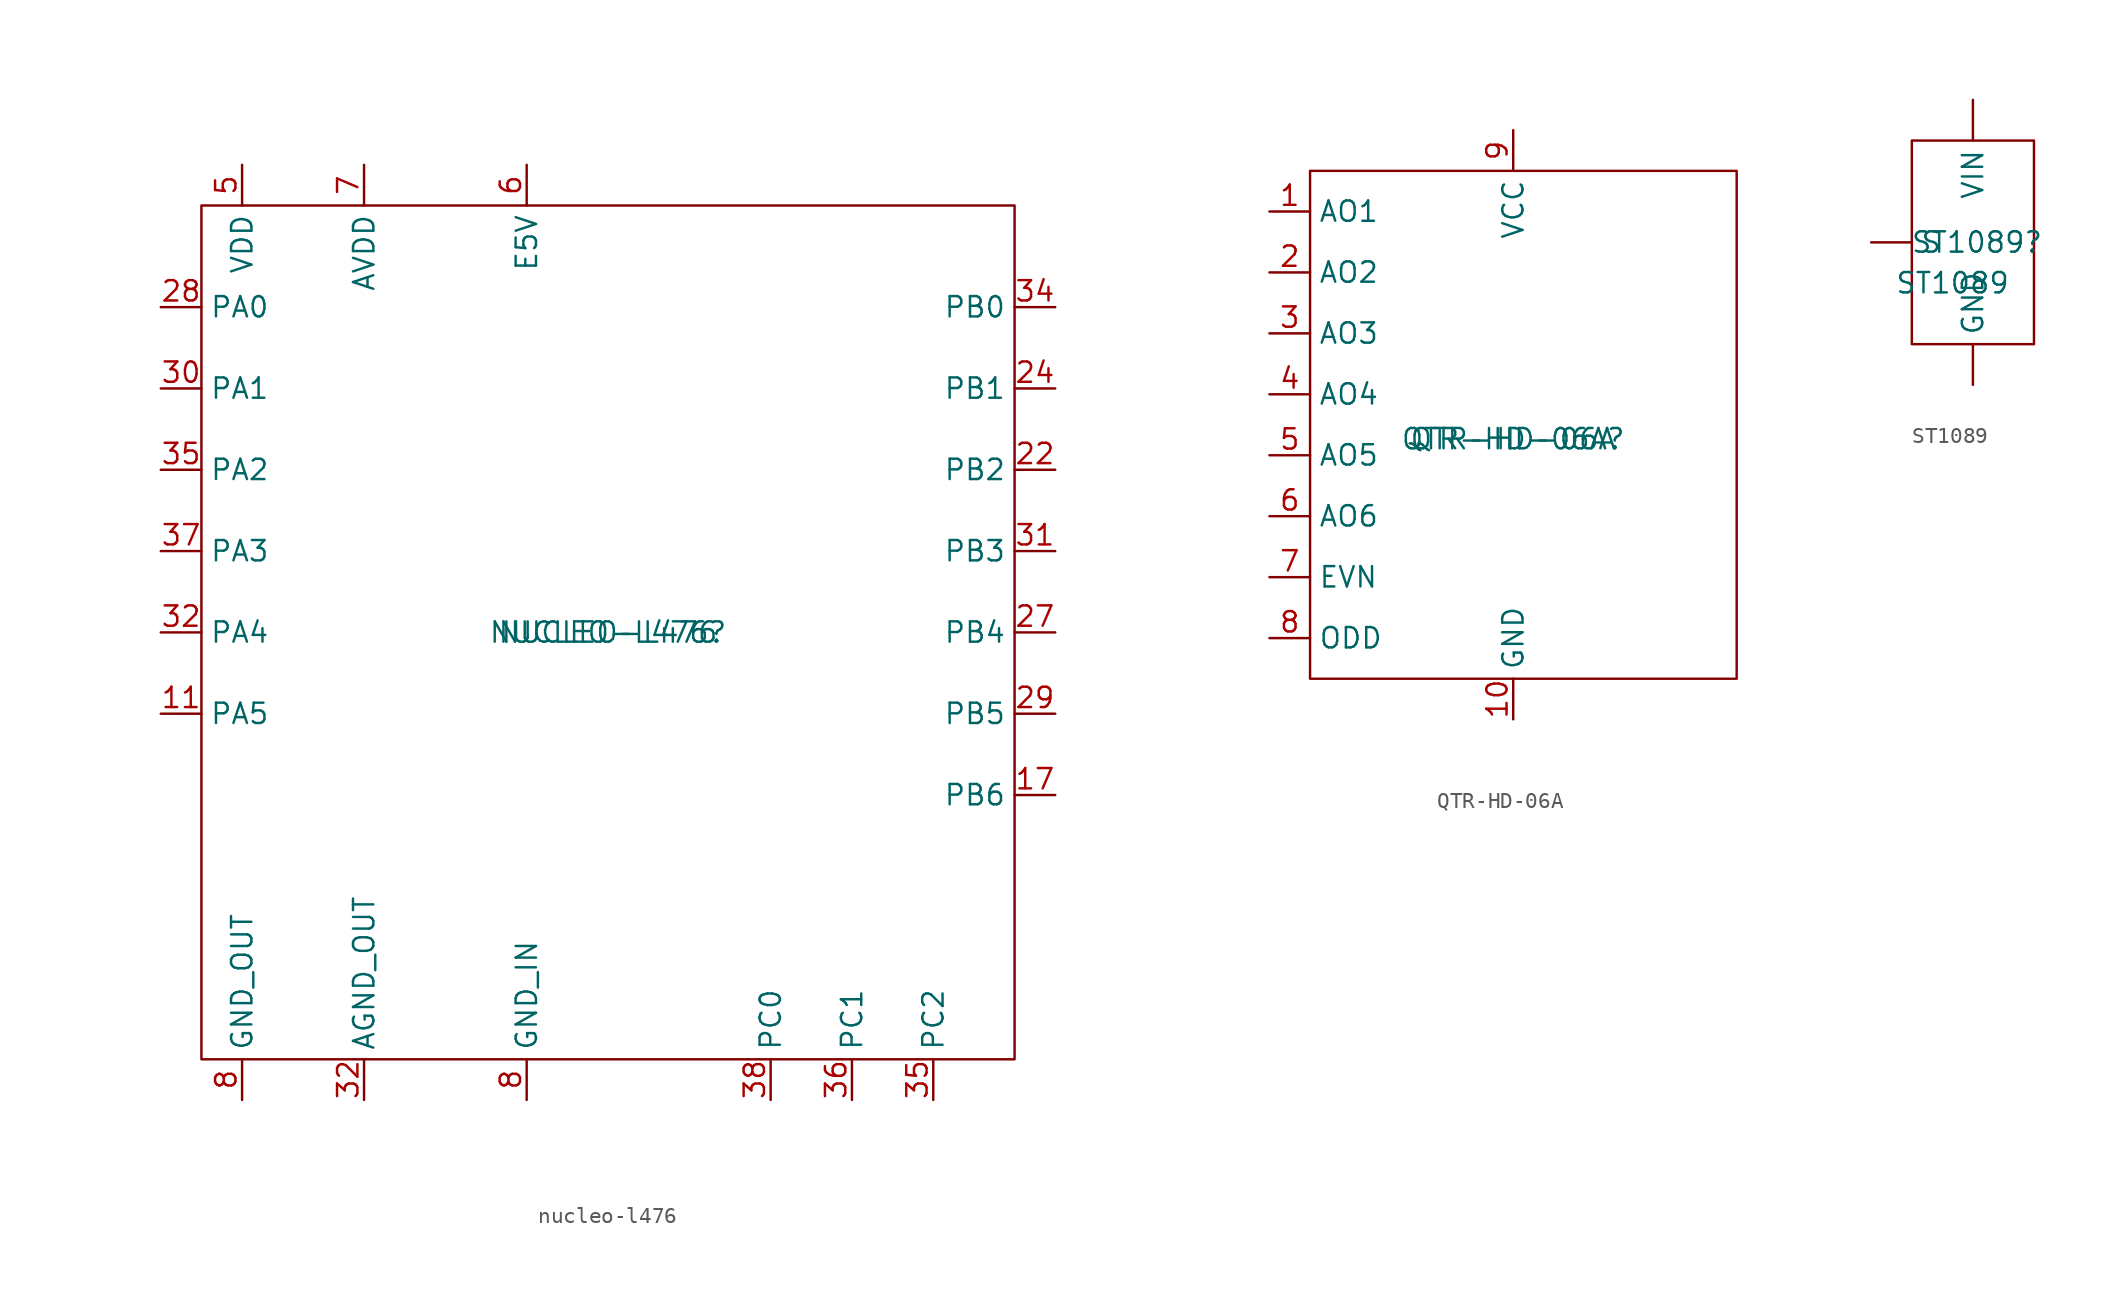
<source format=kicad_sym>
(kicad_symbol_lib
  (version 20231120)
  (generator "kicad_symbol_editor")
  (generator_version "8.0")
  (symbol "nucleo-l476"
    (property "Reference" "NUCLEO-L476"
      (at 0 0 0)
      (effects (font (size 1.27 1.27))))
    (property "Value" "NUCLEO-L476"
      (at 0 0 0)
      (effects (font (size 1.27 1.27))))
    (symbol "nucleo-l476_0_1"
      (rectangle (start -25.4 26.67) (end 25.4 -26.67) (stroke (width 0) (type default)) (fill (type none))))
    (symbol "nucleo-l476_1_1"
      (pin bidirectional line (at -27.94 -5.08 0) (length 2.54) (name "PA5" (effects (font (size 1.27 1.27)))) (number "11" (effects (font (size 1.27 1.27)))))
      (pin bidirectional line (at 27.94 -10.16 180) (length 2.54) (name "PB6" (effects (font (size 1.27 1.27)))) (number "17" (effects (font (size 1.27 1.27)))))
      (pin bidirectional line (at 27.94 10.16 180) (length 2.54) (name "PB2" (effects (font (size 1.27 1.27)))) (number "22" (effects (font (size 1.27 1.27)))))
      (pin bidirectional line (at 27.94 15.24 180) (length 2.54) (name "PB1" (effects (font (size 1.27 1.27)))) (number "24" (effects (font (size 1.27 1.27)))))
      (pin bidirectional line (at 27.94 0 180) (length 2.54) (name "PB4" (effects (font (size 1.27 1.27)))) (number "27" (effects (font (size 1.27 1.27)))))
      (pin bidirectional line (at -27.94 20.32 0) (length 2.54) (name "PA0" (effects (font (size 1.27 1.27)))) (number "28" (effects (font (size 1.27 1.27)))))
      (pin bidirectional line (at 27.94 -5.08 180) (length 2.54) (name "PB5" (effects (font (size 1.27 1.27)))) (number "29" (effects (font (size 1.27 1.27)))))
      (pin bidirectional line (at -27.94 15.24 0) (length 2.54) (name "PA1" (effects (font (size 1.27 1.27)))) (number "30" (effects (font (size 1.27 1.27)))))
      (pin bidirectional line (at 27.94 5.08 180) (length 2.54) (name "PB3" (effects (font (size 1.27 1.27)))) (number "31" (effects (font (size 1.27 1.27)))))
      (pin power_out line (at -15.24 -29.21 90) (length 2.54) (name "AGND_OUT" (effects (font (size 1.27 1.27)))) (number "32" (effects (font (size 1.27 1.27)))))
      (pin bidirectional line (at -27.94 0 0) (length 2.54) (name "PA4" (effects (font (size 1.27 1.27)))) (number "32" (effects (font (size 1.27 1.27)))))
      (pin bidirectional line (at 27.94 20.32 180) (length 2.54) (name "PB0" (effects (font (size 1.27 1.27)))) (number "34" (effects (font (size 1.27 1.27)))))
      (pin bidirectional line (at -27.94 10.16 0) (length 2.54) (name "PA2" (effects (font (size 1.27 1.27)))) (number "35" (effects (font (size 1.27 1.27)))))
      (pin bidirectional line (at 20.32 -29.21 90) (length 2.54) (name "PC2" (effects (font (size 1.27 1.27)))) (number "35" (effects (font (size 1.27 1.27)))))
      (pin bidirectional line (at 15.24 -29.21 90) (length 2.54) (name "PC1" (effects (font (size 1.27 1.27)))) (number "36" (effects (font (size 1.27 1.27)))))
      (pin bidirectional line (at -27.94 5.08 0) (length 2.54) (name "PA3" (effects (font (size 1.27 1.27)))) (number "37" (effects (font (size 1.27 1.27)))))
      (pin bidirectional line (at 10.16 -29.21 90) (length 2.54) (name "PC0" (effects (font (size 1.27 1.27)))) (number "38" (effects (font (size 1.27 1.27)))))
      (pin power_out line (at -22.86 29.21 270) (length 2.54) (name "VDD" (effects (font (size 1.27 1.27)))) (number "5" (effects (font (size 1.27 1.27)))))
      (pin power_in line (at -5.08 29.21 270) (length 2.54) (name "E5V" (effects (font (size 1.27 1.27)))) (number "6" (effects (font (size 1.27 1.27)))))
      (pin power_out line (at -15.24 29.21 270) (length 2.54) (name "AVDD" (effects (font (size 1.27 1.27)))) (number "7" (effects (font (size 1.27 1.27)))))
      (pin power_in line (at -5.08 -29.21 90) (length 2.54) (name "GND_IN" (effects (font (size 1.27 1.27)))) (number "8" (effects (font (size 1.27 1.27)))))
      (pin power_out line (at -22.86 -29.21 90) (length 2.54) (name "GND_OUT" (effects (font (size 1.27 1.27)))) (number "8" (effects (font (size 1.27 1.27)))))))
  (symbol "QTR-HD-06A"
    (property "Reference" "QTR-HD-06A"
      (at 0 -0.254 0)
      (effects (font (size 1.27 1.27))))
    (property "Value" "QTR-HD-06A"
      (at 0 -0.254 0)
      (effects (font (size 1.27 1.27))))
    (symbol "QTR-HD-06A_0_1"
      (rectangle (start -12.7 16.51) (end 13.97 -15.24) (stroke (width 0) (type default)) (fill (type none))))
    (symbol "QTR-HD-06A_1_1"
      (pin output line (at -15.24 13.97 0) (length 2.54) (name "AO1" (effects (font (size 1.27 1.27)))) (number "1" (effects (font (size 1.27 1.27)))))
      (pin power_in line (at 0 -17.78 90) (length 2.54) (name "GND" (effects (font (size 1.27 1.27)))) (number "10" (effects (font (size 1.27 1.27)))))
      (pin output line (at -15.24 10.16 0) (length 2.54) (name "AO2" (effects (font (size 1.27 1.27)))) (number "2" (effects (font (size 1.27 1.27)))))
      (pin output line (at -15.24 6.35 0) (length 2.54) (name "AO3" (effects (font (size 1.27 1.27)))) (number "3" (effects (font (size 1.27 1.27)))))
      (pin output line (at -15.24 2.54 0) (length 2.54) (name "AO4" (effects (font (size 1.27 1.27)))) (number "4" (effects (font (size 1.27 1.27)))))
      (pin output line (at -15.24 -1.27 0) (length 2.54) (name "AO5" (effects (font (size 1.27 1.27)))) (number "5" (effects (font (size 1.27 1.27)))))
      (pin output line (at -15.24 -5.08 0) (length 2.54) (name "AO6" (effects (font (size 1.27 1.27)))) (number "6" (effects (font (size 1.27 1.27)))))
      (pin output line (at -15.24 -8.89 0) (length 2.54) (name "EVN" (effects (font (size 1.27 1.27)))) (number "7" (effects (font (size 1.27 1.27)))))
      (pin output line (at -15.24 -12.7 0) (length 2.54) (name "ODD" (effects (font (size 1.27 1.27)))) (number "8" (effects (font (size 1.27 1.27)))))
      (pin power_in line (at 0 19.05 270) (length 2.54) (name "VCC" (effects (font (size 1.27 1.27)))) (number "9" (effects (font (size 1.27 1.27)))))))
  (symbol "ST1089"
    (property "Reference" "ST1089"
      (at 0.254 2.54 0)
      (effects (font (size 1.27 1.27))))
    (property "Value" "ST1089"
      (at -1.27 0 0)
      (effects (font (size 1.27 1.27))))
    (symbol "ST1089_0_1"
      (rectangle (start -3.81 8.89) (end 3.81 -3.81) (stroke (width 0) (type default)) (fill (type none))))
    (symbol "ST1089_1_1"
      (pin power_in line (at 0 -6.35 90) (length 2.54) (name "GND" (effects (font (size 1.27 1.27)))) (number "" (effects (font (size 1.27 1.27)))))
      (pin output line (at -6.35 2.54 0) (length 2.54) (name "S" (effects (font (size 1.27 1.27)))) (number "" (effects (font (size 1.27 1.27)))))
      (pin power_in line (at 0 11.43 270) (length 2.54) (name "VIN" (effects (font (size 1.27 1.27)))) (number "" (effects (font (size 1.27 1.27))))))))
</source>
